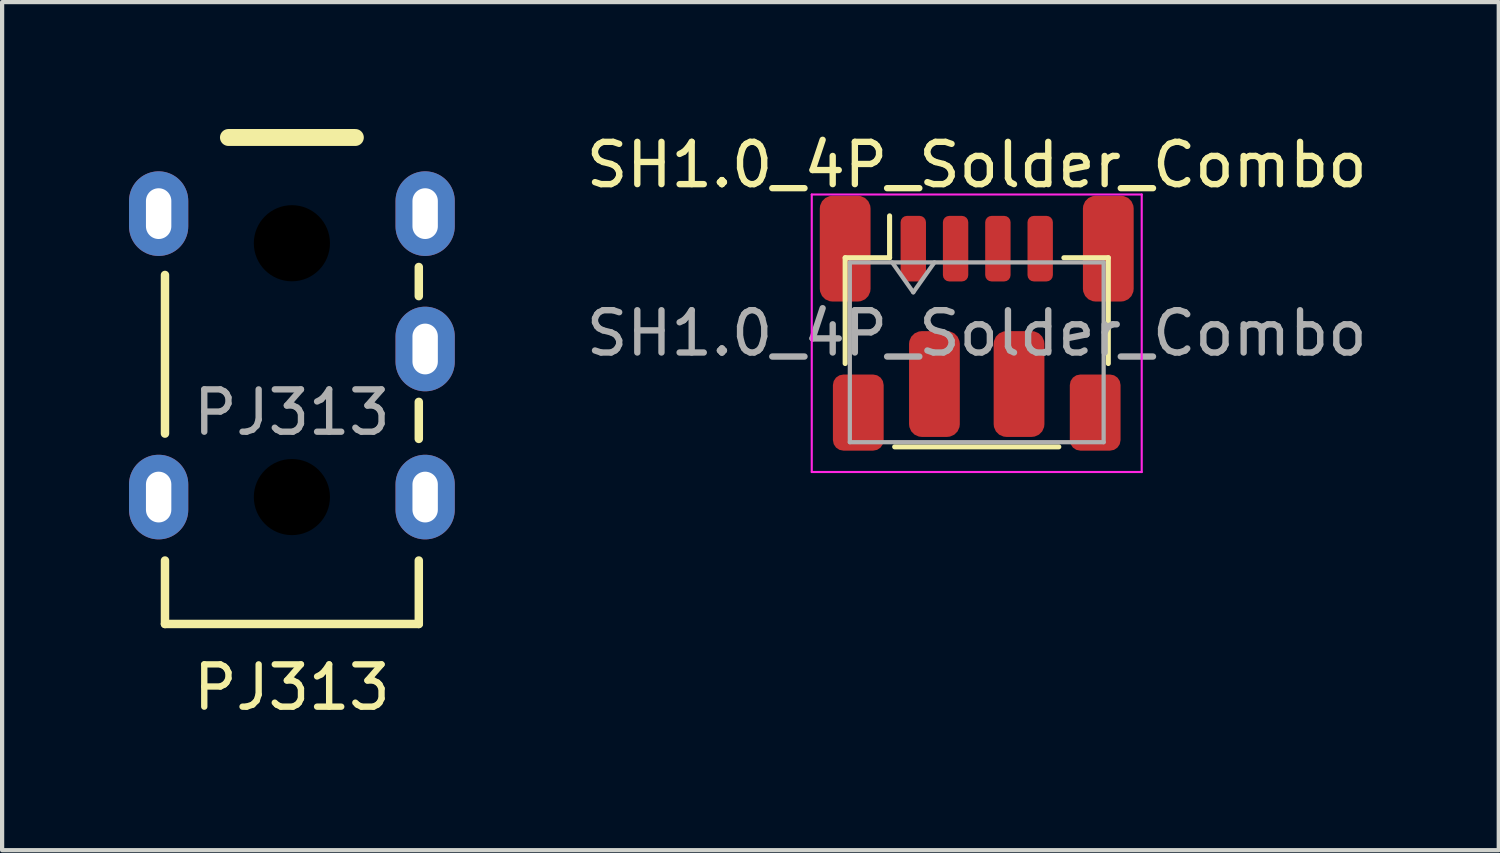
<source format=kicad_pcb>
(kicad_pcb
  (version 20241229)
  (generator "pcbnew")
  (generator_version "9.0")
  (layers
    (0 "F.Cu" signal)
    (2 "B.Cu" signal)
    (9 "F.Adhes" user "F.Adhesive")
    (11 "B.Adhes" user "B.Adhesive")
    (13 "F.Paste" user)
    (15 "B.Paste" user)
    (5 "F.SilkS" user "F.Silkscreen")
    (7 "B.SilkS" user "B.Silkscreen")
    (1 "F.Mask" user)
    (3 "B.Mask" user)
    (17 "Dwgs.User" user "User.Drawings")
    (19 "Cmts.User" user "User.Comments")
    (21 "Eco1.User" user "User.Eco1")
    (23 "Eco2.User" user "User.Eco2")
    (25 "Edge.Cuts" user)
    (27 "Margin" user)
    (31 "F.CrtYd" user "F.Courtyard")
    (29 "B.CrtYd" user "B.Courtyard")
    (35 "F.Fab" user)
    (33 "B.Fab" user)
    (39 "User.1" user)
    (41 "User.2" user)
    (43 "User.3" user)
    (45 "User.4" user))
  (footprint "SH1.0_4P_Solder_Combo"
    (layer "F.Cu")
    (at 20.039 4.828)
    (property "Reference" "SH1.0_4P_Solder_Combo" (at 0 -3.98 0) (layer "F.SilkS") (effects (font (size 1 1) (thickness 0.15))))
    (attr smd)
    (fp_line (start -3.11 -1.785) (end -2.06 -1.785) (stroke (width 0.12) (type solid)) (layer "F.SilkS"))
    (fp_line (start -3.11 0.715) (end -3.11 -1.785) (stroke (width 0.12) (type solid)) (layer "F.SilkS"))
    (fp_line (start -2.06 -1.785) (end -2.06 -2.775) (stroke (width 0.12) (type solid)) (layer "F.SilkS"))
    (fp_line (start -1.94 2.685) (end 1.94 2.685) (stroke (width 0.12) (type solid)) (layer "F.SilkS"))
    (fp_line (start 3.11 -1.785) (end 2.06 -1.785) (stroke (width 0.12) (type solid)) (layer "F.SilkS"))
    (fp_line (start 3.11 0.715) (end 3.11 -1.785) (stroke (width 0.12) (type solid)) (layer "F.SilkS"))
    (fp_line (start -3.9 -3.28) (end -3.9 3.28) (stroke (width 0.05) (type solid)) (layer "F.CrtYd"))
    (fp_line (start -3.9 3.28) (end 3.9 3.28) (stroke (width 0.05) (type solid)) (layer "F.CrtYd"))
    (fp_line (start 3.9 -3.28) (end -3.9 -3.28) (stroke (width 0.05) (type solid)) (layer "F.CrtYd"))
    (fp_line (start 3.9 3.28) (end 3.9 -3.28) (stroke (width 0.05) (type solid)) (layer "F.CrtYd"))
    (fp_line (start -3 -1.675) (end -3 2.575) (stroke (width 0.1) (type solid)) (layer "F.Fab"))
    (fp_line (start -3 -1.675) (end 3 -1.675) (stroke (width 0.1) (type solid)) (layer "F.Fab"))
    (fp_line (start -3 2.575) (end 3 2.575) (stroke (width 0.1) (type solid)) (layer "F.Fab"))
    (fp_line (start -2 -1.675) (end -1.5 -0.968) (stroke (width 0.1) (type solid)) (layer "F.Fab"))
    (fp_line (start -1.5 -0.968) (end -1 -1.675) (stroke (width 0.1) (type solid)) (layer "F.Fab"))
    (fp_line (start 3 -1.675) (end 3 2.575) (stroke (width 0.1) (type solid)) (layer "F.Fab"))
    (fp_text user "${REFERENCE}" (at 0 0 0) (layer "F.Fab") (effects (font (size 1 1) (thickness 0.15))))
    (pad "1" smd roundrect (at -3.11 -2) (size 1.2 2.5) (layers "F.Cu" "F.Mask" "F.Paste") (roundrect_rratio 0.25))
    (pad "1" smd roundrect (at -1.5 -2) (size 0.6 1.55) (layers "F.Cu" "F.Mask" "F.Paste") (roundrect_rratio 0.25))
    (pad "2" smd roundrect (at -1 1.2) (size 1.2 2.5) (layers "F.Cu" "F.Mask" "F.Paste") (roundrect_rratio 0.25))
    (pad "2" smd roundrect (at -0.5 -2) (size 0.6 1.55) (layers "F.Cu" "F.Mask" "F.Paste") (roundrect_rratio 0.25))
    (pad "3" smd roundrect (at 0.5 -2) (size 0.6 1.55) (layers "F.Cu" "F.Mask" "F.Paste") (roundrect_rratio 0.25))
    (pad "3" smd roundrect (at 1 1.2) (size 1.2 2.5) (layers "F.Cu" "F.Mask" "F.Paste") (roundrect_rratio 0.25))
    (pad "4" smd roundrect (at 1.5 -2) (size 0.6 1.55) (layers "F.Cu" "F.Mask" "F.Paste") (roundrect_rratio 0.25))
    (pad "4" smd roundrect (at 3.11 -2) (size 1.2 2.5) (layers "F.Cu" "F.Mask" "F.Paste") (roundrect_rratio 0.25))
    (pad "MP" smd roundrect (at -2.8 1.875) (size 1.2 1.8) (layers "F.Cu" "F.Mask" "F.Paste") (roundrect_rratio 0.208))
    (pad "MP" smd roundrect (at 2.8 1.875) (size 1.2 1.8) (layers "F.Cu" "F.Mask" "F.Paste") (roundrect_rratio 0.208)))
  (footprint "PJ313"
    (layer "F.Cu")
    (at 3.85 8.7)
    (property "Reference" "PJ313" (at 0 4.5 0) (layer "F.SilkS") (effects (font (size 1 1) (thickness 0.15))))
    (attr through_hole)
    (fp_line (start -3 -5.25) (end -3 -1.5) (stroke (width 0.2) (type default)) (layer "F.SilkS"))
    (fp_line (start -3 3) (end -3 1.5) (stroke (width 0.2) (type default)) (layer "F.SilkS"))
    (fp_line (start -3 3) (end 3 3) (stroke (width 0.2) (type default)) (layer "F.SilkS"))
    (fp_line (start -1.5 -8.5) (end 1.5 -8.5) (stroke (width 0.4) (type default)) (layer "F.SilkS"))
    (fp_line (start 3 -5.438) (end 3 -4.75) (stroke (width 0.2) (type default)) (layer "F.SilkS"))
    (fp_line (start 3 -2.25) (end 3 -1.375) (stroke (width 0.2) (type default)) (layer "F.SilkS"))
    (fp_line (start 3 3) (end 3 1.5) (stroke (width 0.2) (type default)) (layer "F.SilkS"))
    (fp_text user "${REFERENCE}" (at 0 -2 0) (layer "F.Fab") (effects (font (size 1 1) (thickness 0.15))))
    (pad "" np_thru_hole circle (at 0 -6 270) (size 1.8 1.8) (drill 1.8) (layers "*.Mask"))
    (pad "" np_thru_hole circle (at 0 0 270) (size 1.8 1.8) (drill 1.8) (layers "*.Mask"))
    (pad "1" thru_hole oval (at -3.15 -6.7 270) (size 2 1.4) (drill oval 1.2 0.6) (layers "*.Cu" "*.Mask"))
    (pad "1" thru_hole oval (at 3.15 -6.7 270) (size 2 1.4) (drill oval 1.2 0.6) (layers "*.Cu" "*.Mask"))
    (pad "2" thru_hole oval (at 3.15 -3.5 270) (size 2 1.4) (drill oval 1.2 0.6) (layers "*.Cu" "*.Mask"))
    (pad "3" thru_hole oval (at -3.15 0 270) (size 2 1.4) (drill oval 1.2 0.6) (layers "*.Cu" "*.Mask"))
    (pad "3" thru_hole oval (at 3.15 0 270) (size 2 1.4) (drill oval 1.2 0.6) (layers "*.Cu" "*.Mask")))
  (gr_rect
    (start -3 -3)
    (end 32.379 17.048)
    (stroke (width 0.1) (type default))
    (fill no)
    (layer "Edge.Cuts")))
</source>
